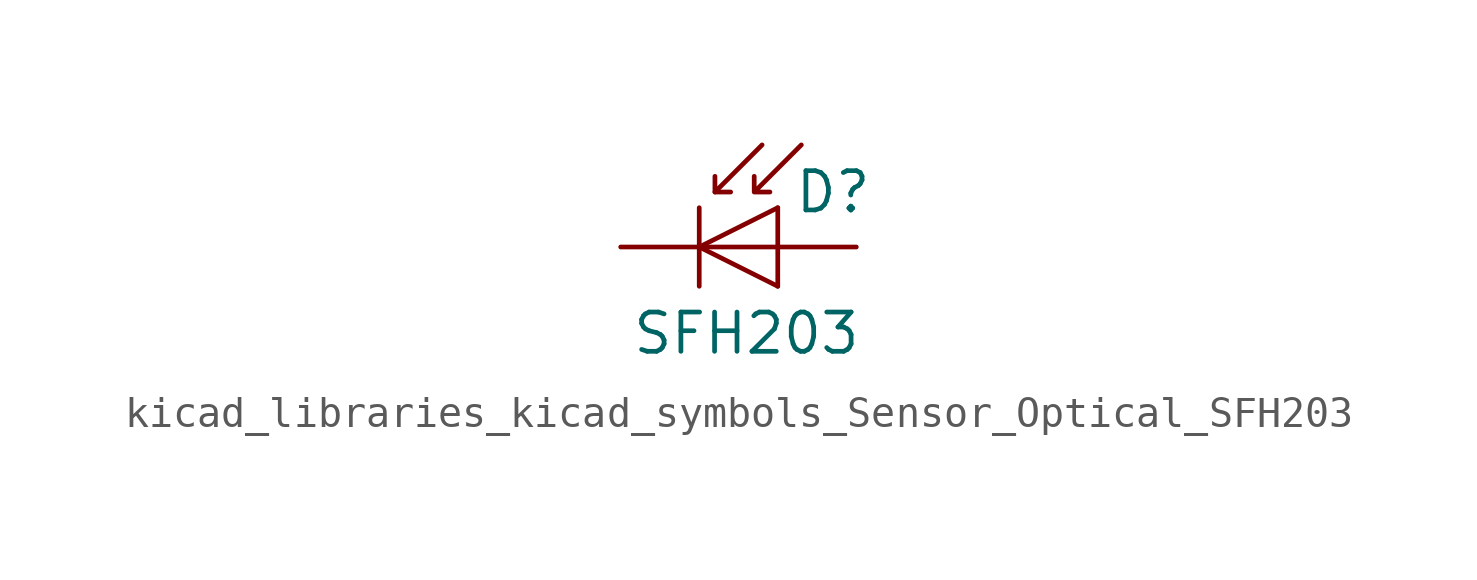
<source format=kicad_sym>
(kicad_symbol_lib
  (version 20220914)
  (generator kicad_symbol_editor)
  (symbol "kicad_libraries_kicad_symbols_Sensor_Optical_SFH203"
    (pin_numbers hide)
    (pin_names hide)
    (property "Reference" "D"
      (at 0.508 1.778 0)
      (effects (font (size 1.27 1.27)) (justify left)))
    (property "Value" "SFH203"
      (at -1.016 -2.794 0)
      (effects (font (size 1.27 1.27))))
    (symbol "kicad_libraries_kicad_symbols_Sensor_Optical_SFH203_0_1"
      (polyline (pts (xy -2.54 0) (xy 0 0)) (stroke (width 0) (type default)) (fill (type none)))
      (polyline (pts (xy -2.54 1.27) (xy -2.54 -1.27)) (stroke (width 0.152) (type default)) (fill (type none)))
      (polyline (pts (xy -2.032 1.778) (xy -1.524 1.778)) (stroke (width 0) (type default)) (fill (type none)))
      (polyline (pts (xy 0 -1.27) (xy 0 1.27)) (stroke (width 0) (type default)) (fill (type none)))
      (polyline (pts (xy -0.508 3.302) (xy -2.032 1.778) (xy -2.032 2.286)) (stroke (width 0) (type default)) (fill (type none)))
      (polyline (pts (xy 0 1.27) (xy -2.54 0) (xy 0 -1.27)) (stroke (width 0) (type default)) (fill (type none)))
      (polyline (pts (xy 0.762 3.302) (xy -0.762 1.778) (xy -0.762 2.286) (xy -0.762 1.778) (xy -0.254 1.778)) (stroke (width 0) (type default)) (fill (type none))))
    (symbol "kicad_libraries_kicad_symbols_Sensor_Optical_SFH203_1_1"
      (pin passive line (at -5.08 0 0) (length 2.54) (name "K" (effects (font (size 1.27 1.27)))) (number "1" (effects (font (size 1.27 1.27)))))
      (pin passive line (at 2.54 0 180) (length 2.54) (name "A" (effects (font (size 1.27 1.27)))) (number "2" (effects (font (size 1.27 1.27))))))))
</source>
